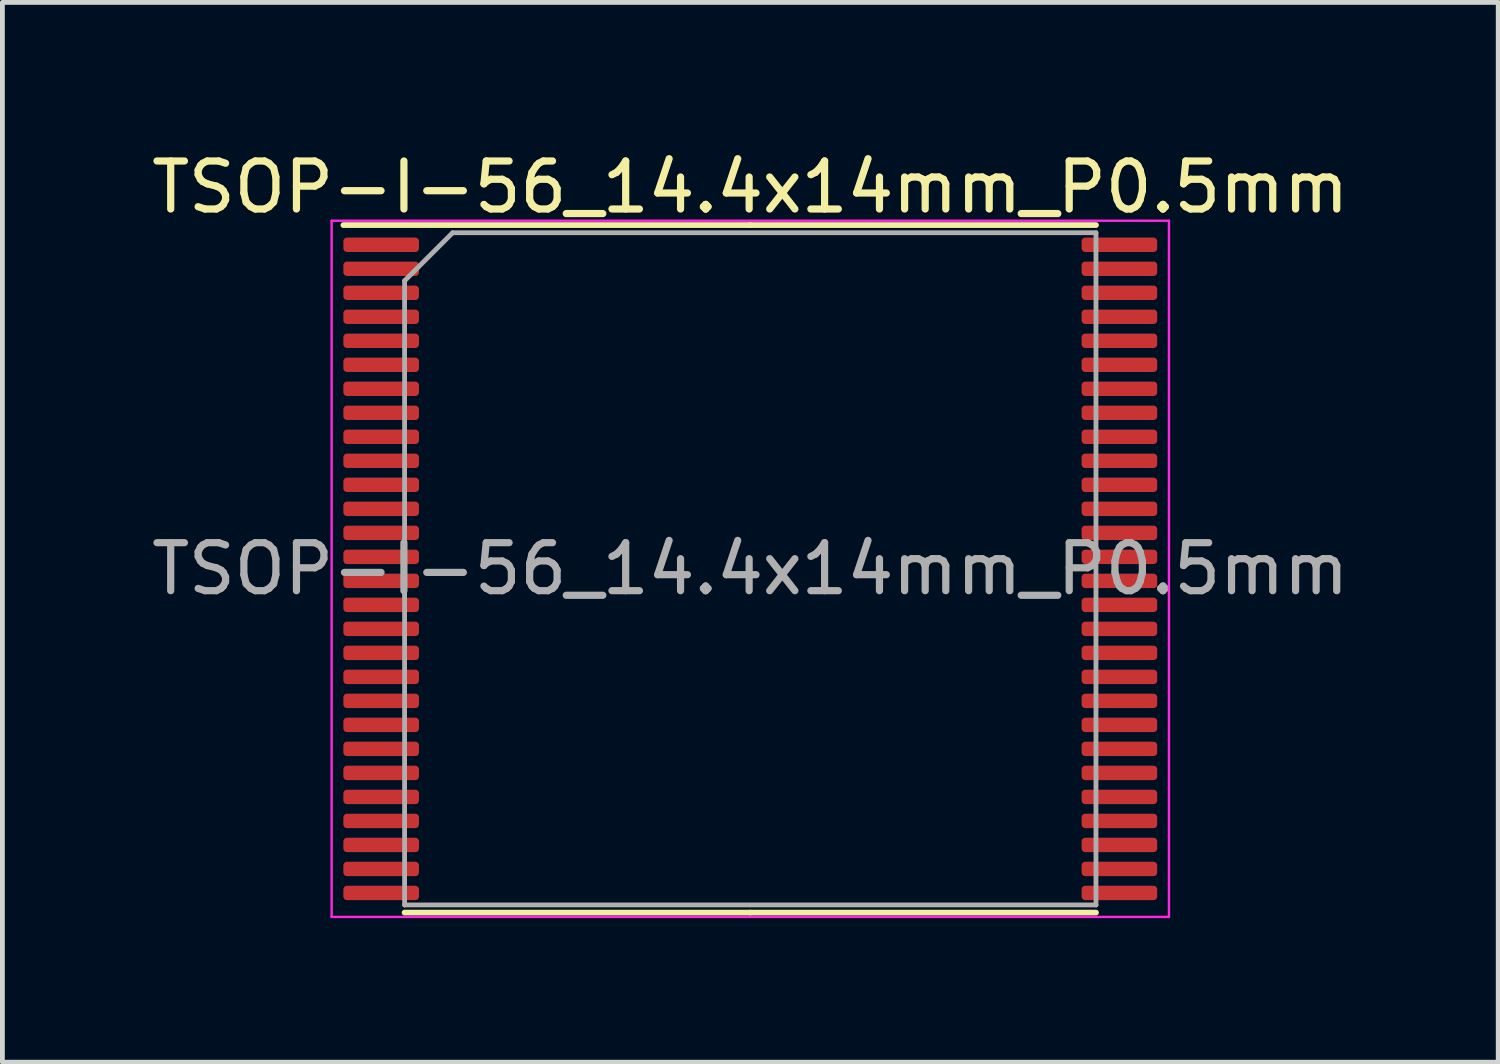
<source format=kicad_pcb>
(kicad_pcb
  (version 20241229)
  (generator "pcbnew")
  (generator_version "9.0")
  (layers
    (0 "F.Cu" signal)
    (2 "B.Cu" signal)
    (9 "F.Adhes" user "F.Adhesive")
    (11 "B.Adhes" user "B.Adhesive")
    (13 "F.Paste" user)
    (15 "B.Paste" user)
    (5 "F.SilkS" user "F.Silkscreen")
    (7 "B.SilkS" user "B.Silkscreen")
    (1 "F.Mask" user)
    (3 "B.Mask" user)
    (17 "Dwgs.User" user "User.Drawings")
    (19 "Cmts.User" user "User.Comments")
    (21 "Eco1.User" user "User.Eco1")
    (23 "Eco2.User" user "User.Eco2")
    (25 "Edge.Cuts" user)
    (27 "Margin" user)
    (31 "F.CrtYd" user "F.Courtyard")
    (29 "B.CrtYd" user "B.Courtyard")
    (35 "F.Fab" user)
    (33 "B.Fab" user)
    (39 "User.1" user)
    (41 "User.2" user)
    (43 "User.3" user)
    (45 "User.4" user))
  (footprint "TSOP-I-56_14.4x14mm_P0.5mm"
    (layer "F.Cu")
    (at 12.577 8.798)
    (property "Reference" "TSOP-I-56_14.4x14mm_P0.5mm" (at 0 -7.95 0) (layer "F.SilkS") (effects (font (size 1 1) (thickness 0.15))))
    (attr smd)
    (fp_line (start 0 -7.16) (end -8.475 -7.16) (stroke (width 0.12) (type solid)) (layer "F.SilkS"))
    (fp_line (start 0 -7.16) (end 7.2 -7.16) (stroke (width 0.12) (type solid)) (layer "F.SilkS"))
    (fp_line (start 0 7.16) (end -7.2 7.16) (stroke (width 0.12) (type solid)) (layer "F.SilkS"))
    (fp_line (start 0 7.16) (end 7.2 7.16) (stroke (width 0.12) (type solid)) (layer "F.SilkS"))
    (fp_line (start -8.72 -7.25) (end -8.72 7.25) (stroke (width 0.05) (type solid)) (layer "F.CrtYd"))
    (fp_line (start -8.72 7.25) (end 8.72 7.25) (stroke (width 0.05) (type solid)) (layer "F.CrtYd"))
    (fp_line (start 8.72 -7.25) (end -8.72 -7.25) (stroke (width 0.05) (type solid)) (layer "F.CrtYd"))
    (fp_line (start 8.72 7.25) (end 8.72 -7.25) (stroke (width 0.05) (type solid)) (layer "F.CrtYd"))
    (fp_line (start -7.2 -6) (end -6.2 -7) (stroke (width 0.1) (type solid)) (layer "F.Fab"))
    (fp_line (start -7.2 7) (end -7.2 -6) (stroke (width 0.1) (type solid)) (layer "F.Fab"))
    (fp_line (start -6.2 -7) (end 7.2 -7) (stroke (width 0.1) (type solid)) (layer "F.Fab"))
    (fp_line (start 7.2 -7) (end 7.2 7) (stroke (width 0.1) (type solid)) (layer "F.Fab"))
    (fp_line (start 7.2 7) (end -7.2 7) (stroke (width 0.1) (type solid)) (layer "F.Fab"))
    (fp_text user "${REFERENCE}" (at 0 0 0) (layer "F.Fab") (effects (font (size 1 1) (thickness 0.15))))
    (pad "1" smd roundrect (at -7.688 -6.75) (size 1.575 0.3) (layers "F.Cu" "F.Mask" "F.Paste") (roundrect_rratio 0.25))
    (pad "2" smd roundrect (at -7.688 -6.25) (size 1.575 0.3) (layers "F.Cu" "F.Mask" "F.Paste") (roundrect_rratio 0.25))
    (pad "3" smd roundrect (at -7.688 -5.75) (size 1.575 0.3) (layers "F.Cu" "F.Mask" "F.Paste") (roundrect_rratio 0.25))
    (pad "4" smd roundrect (at -7.688 -5.25) (size 1.575 0.3) (layers "F.Cu" "F.Mask" "F.Paste") (roundrect_rratio 0.25))
    (pad "5" smd roundrect (at -7.688 -4.75) (size 1.575 0.3) (layers "F.Cu" "F.Mask" "F.Paste") (roundrect_rratio 0.25))
    (pad "6" smd roundrect (at -7.688 -4.25) (size 1.575 0.3) (layers "F.Cu" "F.Mask" "F.Paste") (roundrect_rratio 0.25))
    (pad "7" smd roundrect (at -7.688 -3.75) (size 1.575 0.3) (layers "F.Cu" "F.Mask" "F.Paste") (roundrect_rratio 0.25))
    (pad "8" smd roundrect (at -7.688 -3.25) (size 1.575 0.3) (layers "F.Cu" "F.Mask" "F.Paste") (roundrect_rratio 0.25))
    (pad "9" smd roundrect (at -7.688 -2.75) (size 1.575 0.3) (layers "F.Cu" "F.Mask" "F.Paste") (roundrect_rratio 0.25))
    (pad "10" smd roundrect (at -7.688 -2.25) (size 1.575 0.3) (layers "F.Cu" "F.Mask" "F.Paste") (roundrect_rratio 0.25))
    (pad "11" smd roundrect (at -7.688 -1.75) (size 1.575 0.3) (layers "F.Cu" "F.Mask" "F.Paste") (roundrect_rratio 0.25))
    (pad "12" smd roundrect (at -7.688 -1.25) (size 1.575 0.3) (layers "F.Cu" "F.Mask" "F.Paste") (roundrect_rratio 0.25))
    (pad "13" smd roundrect (at -7.688 -0.75) (size 1.575 0.3) (layers "F.Cu" "F.Mask" "F.Paste") (roundrect_rratio 0.25))
    (pad "14" smd roundrect (at -7.688 -0.25) (size 1.575 0.3) (layers "F.Cu" "F.Mask" "F.Paste") (roundrect_rratio 0.25))
    (pad "15" smd roundrect (at -7.688 0.25) (size 1.575 0.3) (layers "F.Cu" "F.Mask" "F.Paste") (roundrect_rratio 0.25))
    (pad "16" smd roundrect (at -7.688 0.75) (size 1.575 0.3) (layers "F.Cu" "F.Mask" "F.Paste") (roundrect_rratio 0.25))
    (pad "17" smd roundrect (at -7.688 1.25) (size 1.575 0.3) (layers "F.Cu" "F.Mask" "F.Paste") (roundrect_rratio 0.25))
    (pad "18" smd roundrect (at -7.688 1.75) (size 1.575 0.3) (layers "F.Cu" "F.Mask" "F.Paste") (roundrect_rratio 0.25))
    (pad "19" smd roundrect (at -7.688 2.25) (size 1.575 0.3) (layers "F.Cu" "F.Mask" "F.Paste") (roundrect_rratio 0.25))
    (pad "20" smd roundrect (at -7.688 2.75) (size 1.575 0.3) (layers "F.Cu" "F.Mask" "F.Paste") (roundrect_rratio 0.25))
    (pad "21" smd roundrect (at -7.688 3.25) (size 1.575 0.3) (layers "F.Cu" "F.Mask" "F.Paste") (roundrect_rratio 0.25))
    (pad "22" smd roundrect (at -7.688 3.75) (size 1.575 0.3) (layers "F.Cu" "F.Mask" "F.Paste") (roundrect_rratio 0.25))
    (pad "23" smd roundrect (at -7.688 4.25) (size 1.575 0.3) (layers "F.Cu" "F.Mask" "F.Paste") (roundrect_rratio 0.25))
    (pad "24" smd roundrect (at -7.688 4.75) (size 1.575 0.3) (layers "F.Cu" "F.Mask" "F.Paste") (roundrect_rratio 0.25))
    (pad "25" smd roundrect (at -7.688 5.25) (size 1.575 0.3) (layers "F.Cu" "F.Mask" "F.Paste") (roundrect_rratio 0.25))
    (pad "26" smd roundrect (at -7.688 5.75) (size 1.575 0.3) (layers "F.Cu" "F.Mask" "F.Paste") (roundrect_rratio 0.25))
    (pad "27" smd roundrect (at -7.688 6.25) (size 1.575 0.3) (layers "F.Cu" "F.Mask" "F.Paste") (roundrect_rratio 0.25))
    (pad "28" smd roundrect (at -7.688 6.75) (size 1.575 0.3) (layers "F.Cu" "F.Mask" "F.Paste") (roundrect_rratio 0.25))
    (pad "29" smd roundrect (at 7.688 6.75) (size 1.575 0.3) (layers "F.Cu" "F.Mask" "F.Paste") (roundrect_rratio 0.25))
    (pad "30" smd roundrect (at 7.688 6.25) (size 1.575 0.3) (layers "F.Cu" "F.Mask" "F.Paste") (roundrect_rratio 0.25))
    (pad "31" smd roundrect (at 7.688 5.75) (size 1.575 0.3) (layers "F.Cu" "F.Mask" "F.Paste") (roundrect_rratio 0.25))
    (pad "32" smd roundrect (at 7.688 5.25) (size 1.575 0.3) (layers "F.Cu" "F.Mask" "F.Paste") (roundrect_rratio 0.25))
    (pad "33" smd roundrect (at 7.688 4.75) (size 1.575 0.3) (layers "F.Cu" "F.Mask" "F.Paste") (roundrect_rratio 0.25))
    (pad "34" smd roundrect (at 7.688 4.25) (size 1.575 0.3) (layers "F.Cu" "F.Mask" "F.Paste") (roundrect_rratio 0.25))
    (pad "35" smd roundrect (at 7.688 3.75) (size 1.575 0.3) (layers "F.Cu" "F.Mask" "F.Paste") (roundrect_rratio 0.25))
    (pad "36" smd roundrect (at 7.688 3.25) (size 1.575 0.3) (layers "F.Cu" "F.Mask" "F.Paste") (roundrect_rratio 0.25))
    (pad "37" smd roundrect (at 7.688 2.75) (size 1.575 0.3) (layers "F.Cu" "F.Mask" "F.Paste") (roundrect_rratio 0.25))
    (pad "38" smd roundrect (at 7.688 2.25) (size 1.575 0.3) (layers "F.Cu" "F.Mask" "F.Paste") (roundrect_rratio 0.25))
    (pad "39" smd roundrect (at 7.688 1.75) (size 1.575 0.3) (layers "F.Cu" "F.Mask" "F.Paste") (roundrect_rratio 0.25))
    (pad "40" smd roundrect (at 7.688 1.25) (size 1.575 0.3) (layers "F.Cu" "F.Mask" "F.Paste") (roundrect_rratio 0.25))
    (pad "41" smd roundrect (at 7.688 0.75) (size 1.575 0.3) (layers "F.Cu" "F.Mask" "F.Paste") (roundrect_rratio 0.25))
    (pad "42" smd roundrect (at 7.688 0.25) (size 1.575 0.3) (layers "F.Cu" "F.Mask" "F.Paste") (roundrect_rratio 0.25))
    (pad "43" smd roundrect (at 7.688 -0.25) (size 1.575 0.3) (layers "F.Cu" "F.Mask" "F.Paste") (roundrect_rratio 0.25))
    (pad "44" smd roundrect (at 7.688 -0.75) (size 1.575 0.3) (layers "F.Cu" "F.Mask" "F.Paste") (roundrect_rratio 0.25))
    (pad "45" smd roundrect (at 7.688 -1.25) (size 1.575 0.3) (layers "F.Cu" "F.Mask" "F.Paste") (roundrect_rratio 0.25))
    (pad "46" smd roundrect (at 7.688 -1.75) (size 1.575 0.3) (layers "F.Cu" "F.Mask" "F.Paste") (roundrect_rratio 0.25))
    (pad "47" smd roundrect (at 7.688 -2.25) (size 1.575 0.3) (layers "F.Cu" "F.Mask" "F.Paste") (roundrect_rratio 0.25))
    (pad "48" smd roundrect (at 7.688 -2.75) (size 1.575 0.3) (layers "F.Cu" "F.Mask" "F.Paste") (roundrect_rratio 0.25))
    (pad "49" smd roundrect (at 7.688 -3.25) (size 1.575 0.3) (layers "F.Cu" "F.Mask" "F.Paste") (roundrect_rratio 0.25))
    (pad "50" smd roundrect (at 7.688 -3.75) (size 1.575 0.3) (layers "F.Cu" "F.Mask" "F.Paste") (roundrect_rratio 0.25))
    (pad "51" smd roundrect (at 7.688 -4.25) (size 1.575 0.3) (layers "F.Cu" "F.Mask" "F.Paste") (roundrect_rratio 0.25))
    (pad "52" smd roundrect (at 7.688 -4.75) (size 1.575 0.3) (layers "F.Cu" "F.Mask" "F.Paste") (roundrect_rratio 0.25))
    (pad "53" smd roundrect (at 7.688 -5.25) (size 1.575 0.3) (layers "F.Cu" "F.Mask" "F.Paste") (roundrect_rratio 0.25))
    (pad "54" smd roundrect (at 7.688 -5.75) (size 1.575 0.3) (layers "F.Cu" "F.Mask" "F.Paste") (roundrect_rratio 0.25))
    (pad "55" smd roundrect (at 7.688 -6.25) (size 1.575 0.3) (layers "F.Cu" "F.Mask" "F.Paste") (roundrect_rratio 0.25))
    (pad "56" smd roundrect (at 7.688 -6.75) (size 1.575 0.3) (layers "F.Cu" "F.Mask" "F.Paste") (roundrect_rratio 0.25)))
  (gr_rect
    (start -3 -3)
    (end 28.155 19.073)
    (stroke (width 0.1) (type default))
    (fill no)
    (layer "Edge.Cuts")))
</source>
